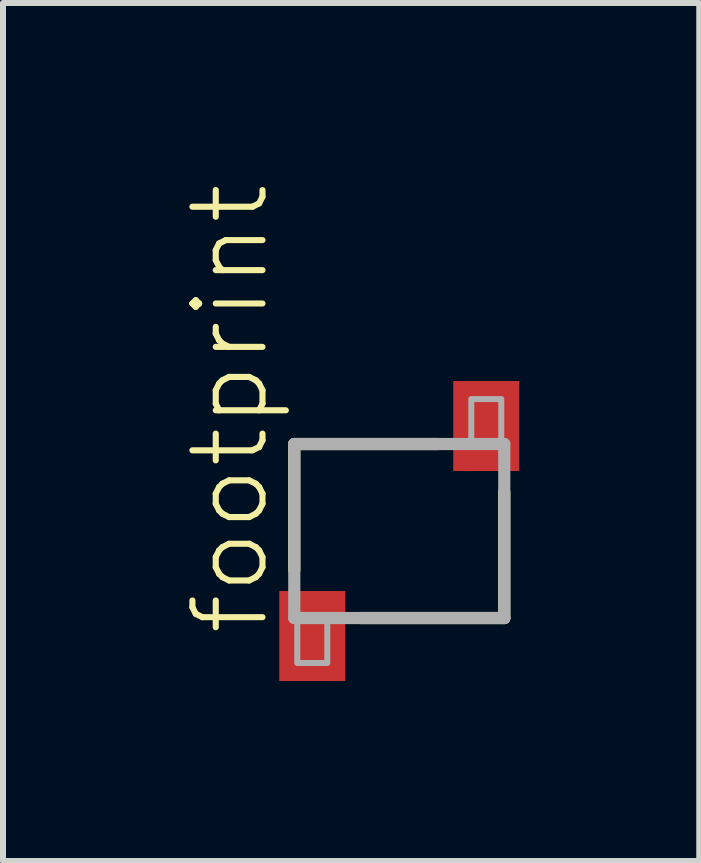
<source format=kicad_pcb>
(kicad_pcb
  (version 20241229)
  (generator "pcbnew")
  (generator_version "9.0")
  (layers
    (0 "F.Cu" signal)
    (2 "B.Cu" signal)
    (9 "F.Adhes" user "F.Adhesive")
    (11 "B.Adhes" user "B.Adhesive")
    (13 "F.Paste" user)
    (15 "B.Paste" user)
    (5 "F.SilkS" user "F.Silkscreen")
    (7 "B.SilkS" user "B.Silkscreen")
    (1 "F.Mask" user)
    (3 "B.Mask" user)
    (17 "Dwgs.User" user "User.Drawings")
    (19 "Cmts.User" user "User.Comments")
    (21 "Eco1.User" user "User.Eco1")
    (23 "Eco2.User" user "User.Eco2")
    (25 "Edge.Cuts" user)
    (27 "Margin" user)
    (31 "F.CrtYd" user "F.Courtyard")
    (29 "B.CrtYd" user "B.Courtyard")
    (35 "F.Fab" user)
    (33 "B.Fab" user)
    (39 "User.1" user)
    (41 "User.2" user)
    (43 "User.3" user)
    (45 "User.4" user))
  (footprint "footprint"
    (layer "F.Cu")
    (at 3.605 5.801)
    (property "Reference" "footprint" (at -2.132 1.781 90) (layer "F.SilkS") (effects (font (size 1.168 1.168) (thickness 0.102)) (justify left bottom)))
    (fp_line (start -1.75 -1.45) (end -1.75 0.65) (stroke (width 0.203) (type solid)) (layer "F.SilkS"))
    (fp_line (start 0.65 -1.45) (end -1.75 -1.45) (stroke (width 0.203) (type solid)) (layer "F.SilkS"))
    (fp_line (start 1.75 -0.65) (end 1.75 1.45) (stroke (width 0.203) (type solid)) (layer "F.SilkS"))
    (fp_line (start 1.75 1.45) (end -0.65 1.45) (stroke (width 0.203) (type solid)) (layer "F.SilkS"))
    (fp_line (start -1.75 -1.45) (end -1.75 1.45) (stroke (width 0.203) (type solid)) (layer "F.Fab"))
    (fp_line (start -1.75 1.45) (end 1.75 1.45) (stroke (width 0.203) (type solid)) (layer "F.Fab"))
    (fp_line (start 1.75 -1.45) (end -1.75 -1.45) (stroke (width 0.203) (type solid)) (layer "F.Fab"))
    (fp_line (start 1.75 1.45) (end 1.75 -1.45) (stroke (width 0.203) (type solid)) (layer "F.Fab"))
    (fp_poly (pts (xy -1.7 2.2) (xy -1.2 2.2) (xy -1.2 1.5) (xy -1.7 1.5)) (stroke (width 0.1) (type solid)) (fill no) (layer "F.Fab"))
    (fp_poly (pts (xy 1.2 -1.5) (xy 1.7 -1.5) (xy 1.7 -2.2) (xy 1.2 -2.2)) (stroke (width 0.1) (type solid)) (fill no) (layer "F.Fab"))
    (pad "1" smd rect (at -1.45 1.75) (size 1.1 1.5) (layers "F.Cu" "F.Mask" "F.Paste"))
    (pad "2" smd rect (at 1.45 -1.75) (size 1.1 1.5) (layers "F.Cu" "F.Mask" "F.Paste")))
  (gr_rect
    (start -3 -3)
    (end 8.605 11.301)
    (stroke (width 0.1) (type default))
    (fill no)
    (layer "Edge.Cuts")))
</source>
